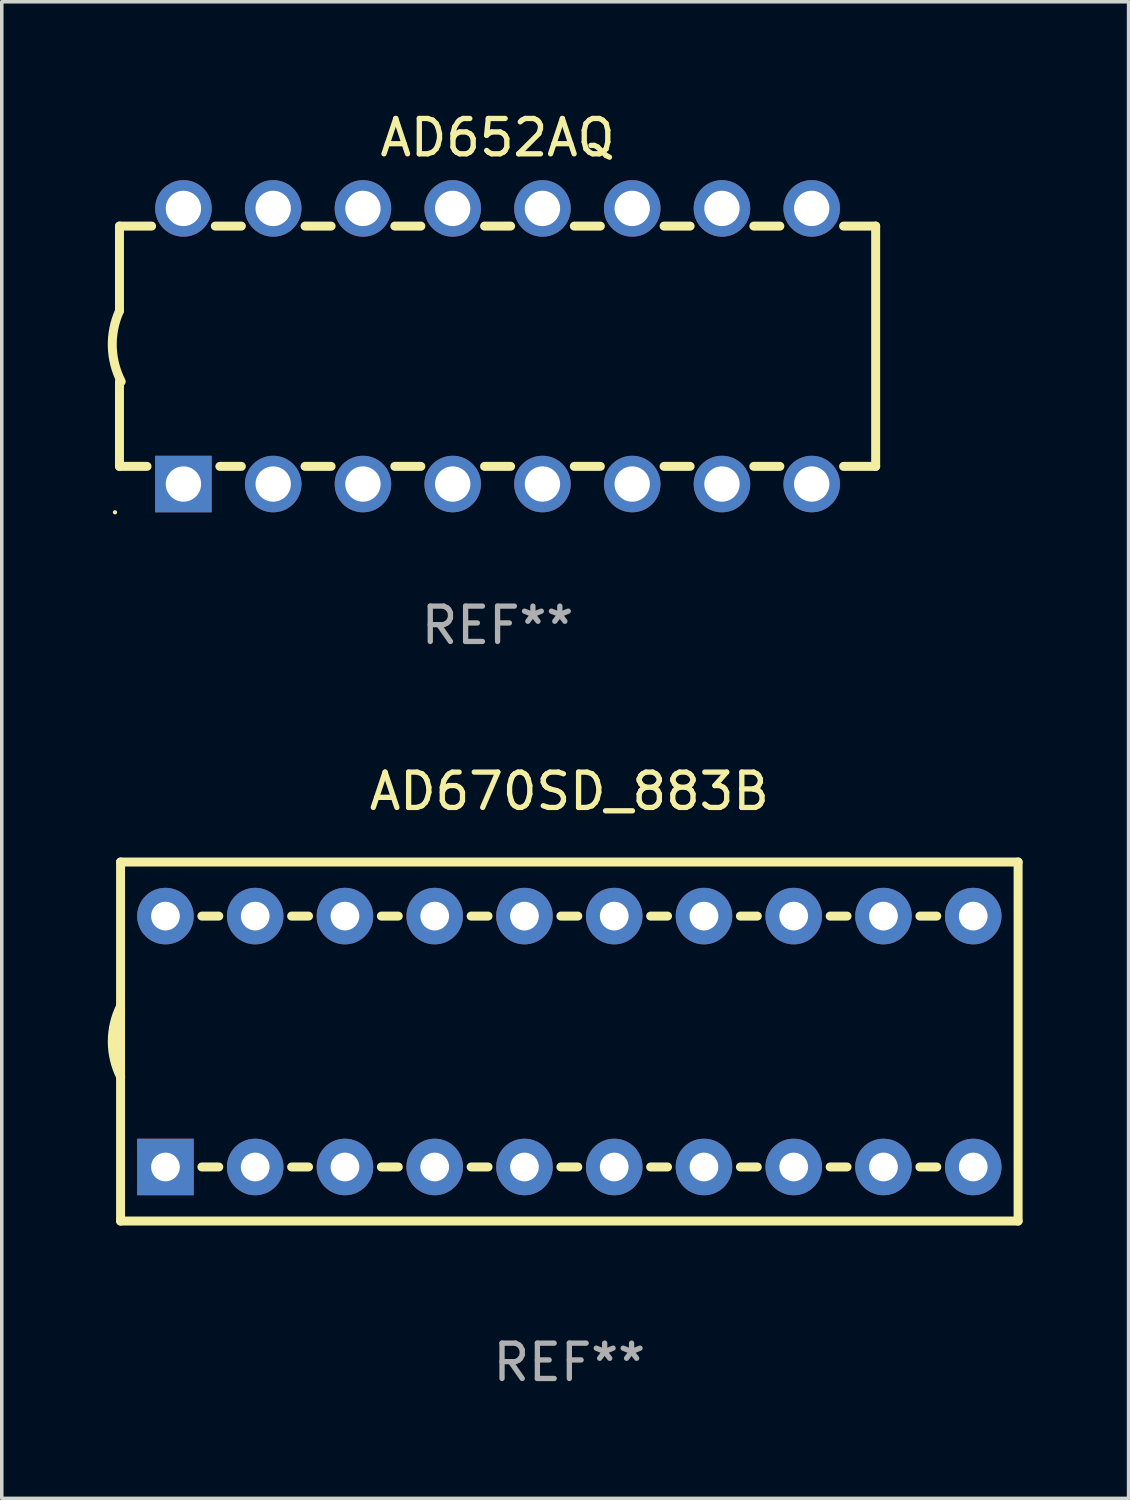
<source format=kicad_pcb>
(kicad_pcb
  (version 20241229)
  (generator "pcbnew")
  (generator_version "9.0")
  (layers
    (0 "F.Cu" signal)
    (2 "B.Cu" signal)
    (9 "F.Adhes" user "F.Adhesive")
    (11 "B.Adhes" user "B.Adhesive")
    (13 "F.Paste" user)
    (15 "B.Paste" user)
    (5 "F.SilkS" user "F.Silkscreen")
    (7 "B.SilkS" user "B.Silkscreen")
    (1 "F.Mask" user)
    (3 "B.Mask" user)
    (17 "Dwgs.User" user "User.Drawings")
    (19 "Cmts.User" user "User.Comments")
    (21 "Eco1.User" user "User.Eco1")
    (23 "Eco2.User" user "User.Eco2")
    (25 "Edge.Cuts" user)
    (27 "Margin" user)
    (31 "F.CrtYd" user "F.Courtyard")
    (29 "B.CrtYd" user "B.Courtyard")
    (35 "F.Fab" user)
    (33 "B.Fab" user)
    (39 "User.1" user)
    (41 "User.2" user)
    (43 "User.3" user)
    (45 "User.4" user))
  (footprint "AD670SD_883B"
    (layer "F.Cu")
    (at 13.062 26.425)
    (property "Reference" "AD670SD_883B" (at 0 -7.08 0) (layer "F.SilkS") (effects (font (size 1 1) (thickness 0.15))))
    (attr through_hole)
    (fp_line (start -12.7 -5.08) (end -12.7 5.08) (stroke (width 0.254) (type solid)) (layer "F.SilkS"))
    (fp_line (start -12.7 5.08) (end 12.7 5.08) (stroke (width 0.254) (type solid)) (layer "F.SilkS"))
    (fp_line (start -10.399 -3.55) (end -9.921 -3.55) (stroke (width 0.254) (type solid)) (layer "F.SilkS"))
    (fp_line (start -10.399 3.55) (end -9.921 3.55) (stroke (width 0.254) (type solid)) (layer "F.SilkS"))
    (fp_line (start -7.859 -3.55) (end -7.381 -3.55) (stroke (width 0.254) (type solid)) (layer "F.SilkS"))
    (fp_line (start -7.859 3.55) (end -7.381 3.55) (stroke (width 0.254) (type solid)) (layer "F.SilkS"))
    (fp_line (start -5.319 -3.55) (end -4.841 -3.55) (stroke (width 0.254) (type solid)) (layer "F.SilkS"))
    (fp_line (start -5.319 3.55) (end -4.841 3.55) (stroke (width 0.254) (type solid)) (layer "F.SilkS"))
    (fp_line (start -2.779 -3.55) (end -2.301 -3.55) (stroke (width 0.254) (type solid)) (layer "F.SilkS"))
    (fp_line (start -2.779 3.55) (end -2.301 3.55) (stroke (width 0.254) (type solid)) (layer "F.SilkS"))
    (fp_line (start -0.239 -3.55) (end 0.239 -3.55) (stroke (width 0.254) (type solid)) (layer "F.SilkS"))
    (fp_line (start -0.239 3.55) (end 0.239 3.55) (stroke (width 0.254) (type solid)) (layer "F.SilkS"))
    (fp_line (start 2.301 -3.55) (end 2.779 -3.55) (stroke (width 0.254) (type solid)) (layer "F.SilkS"))
    (fp_line (start 2.301 3.55) (end 2.779 3.55) (stroke (width 0.254) (type solid)) (layer "F.SilkS"))
    (fp_line (start 4.841 -3.55) (end 5.319 -3.55) (stroke (width 0.254) (type solid)) (layer "F.SilkS"))
    (fp_line (start 4.841 3.55) (end 5.319 3.55) (stroke (width 0.254) (type solid)) (layer "F.SilkS"))
    (fp_line (start 7.381 -3.55) (end 7.859 -3.55) (stroke (width 0.254) (type solid)) (layer "F.SilkS"))
    (fp_line (start 7.381 3.55) (end 7.859 3.55) (stroke (width 0.254) (type solid)) (layer "F.SilkS"))
    (fp_line (start 9.921 -3.55) (end 10.399 -3.55) (stroke (width 0.254) (type solid)) (layer "F.SilkS"))
    (fp_line (start 9.921 3.55) (end 10.399 3.55) (stroke (width 0.254) (type solid)) (layer "F.SilkS"))
    (fp_line (start 12.7 -5.08) (end -12.7 -5.08) (stroke (width 0.254) (type solid)) (layer "F.SilkS"))
    (fp_line (start 12.7 5.08) (end 12.7 -5.08) (stroke (width 0.254) (type solid)) (layer "F.SilkS"))
    (fp_arc (start -12.697638 0.999974) (mid -12.934513 0.000281) (end -12.700025 -0.999975) (stroke (width 0.254001) (type solid)) (layer "F.SilkS"))
    (fp_circle (center -12.7 5.08) (end -12.67 5.08) (stroke (width 0.06) (type solid)) (fill no) (layer "F.SilkS"))
    (fp_text user "REF**" (at 0 9.08 0) (layer "F.Fab") (effects (font (size 1 1) (thickness 0.15))))
    (pad "1" thru_hole rect (at -11.43 3.55) (size 1.6 1.6) (drill 0.813) (layers "*.Cu" "*.Mask"))
    (pad "2" thru_hole circle (at -8.89 3.55) (size 1.6 1.6) (drill 0.813) (layers "*.Cu" "*.Mask"))
    (pad "3" thru_hole circle (at -6.35 3.55) (size 1.6 1.6) (drill 0.813) (layers "*.Cu" "*.Mask"))
    (pad "4" thru_hole circle (at -3.81 3.55) (size 1.6 1.6) (drill 0.813) (layers "*.Cu" "*.Mask"))
    (pad "5" thru_hole circle (at -1.27 3.55) (size 1.6 1.6) (drill 0.813) (layers "*.Cu" "*.Mask"))
    (pad "6" thru_hole circle (at 1.27 3.55) (size 1.6 1.6) (drill 0.813) (layers "*.Cu" "*.Mask"))
    (pad "7" thru_hole circle (at 3.81 3.55) (size 1.6 1.6) (drill 0.813) (layers "*.Cu" "*.Mask"))
    (pad "8" thru_hole circle (at 6.35 3.55) (size 1.6 1.6) (drill 0.813) (layers "*.Cu" "*.Mask"))
    (pad "9" thru_hole circle (at 8.89 3.55) (size 1.6 1.6) (drill 0.813) (layers "*.Cu" "*.Mask"))
    (pad "10" thru_hole circle (at 11.43 3.55) (size 1.6 1.6) (drill 0.813) (layers "*.Cu" "*.Mask"))
    (pad "11" thru_hole circle (at 11.43 -3.55) (size 1.6 1.6) (drill 0.813) (layers "*.Cu" "*.Mask"))
    (pad "12" thru_hole circle (at 8.89 -3.55) (size 1.6 1.6) (drill 0.813) (layers "*.Cu" "*.Mask"))
    (pad "13" thru_hole circle (at 6.35 -3.55) (size 1.6 1.6) (drill 0.813) (layers "*.Cu" "*.Mask"))
    (pad "14" thru_hole circle (at 3.81 -3.55) (size 1.6 1.6) (drill 0.813) (layers "*.Cu" "*.Mask"))
    (pad "15" thru_hole circle (at 1.27 -3.55) (size 1.6 1.6) (drill 0.813) (layers "*.Cu" "*.Mask"))
    (pad "16" thru_hole circle (at -1.27 -3.55) (size 1.6 1.6) (drill 0.813) (layers "*.Cu" "*.Mask"))
    (pad "17" thru_hole circle (at -3.81 -3.55) (size 1.6 1.6) (drill 0.813) (layers "*.Cu" "*.Mask"))
    (pad "18" thru_hole circle (at -6.35 -3.55) (size 1.6 1.6) (drill 0.813) (layers "*.Cu" "*.Mask"))
    (pad "19" thru_hole circle (at -8.89 -3.55) (size 1.6 1.6) (drill 0.813) (layers "*.Cu" "*.Mask"))
    (pad "20" thru_hole circle (at -11.43 -3.55) (size 1.6 1.6) (drill 0.813) (layers "*.Cu" "*.Mask")))
  (footprint "AD652AQ"
    (layer "F.Cu")
    (at 11.031 6.748)
    (property "Reference" "AD652AQ" (at 0 -5.9 0) (layer "F.SilkS") (effects (font (size 1 1) (thickness 0.15))))
    (attr through_hole)
    (fp_line (start -10.7 -3.4) (end -9.791 -3.4) (stroke (width 0.254) (type solid)) (layer "F.SilkS"))
    (fp_line (start -10.7 -0.998) (end -10.7 -3.4) (stroke (width 0.254) (type solid)) (layer "F.SilkS"))
    (fp_line (start -10.7 3.4) (end -10.7 1) (stroke (width 0.254) (type solid)) (layer "F.SilkS"))
    (fp_line (start -10.7 3.4) (end -9.921 3.4) (stroke (width 0.254) (type solid)) (layer "F.SilkS"))
    (fp_line (start -7.988 -3.4) (end -7.251 -3.4) (stroke (width 0.254) (type solid)) (layer "F.SilkS"))
    (fp_line (start -7.859 3.4) (end -7.251 3.4) (stroke (width 0.254) (type solid)) (layer "F.SilkS"))
    (fp_line (start -5.448 -3.4) (end -4.711 -3.4) (stroke (width 0.254) (type solid)) (layer "F.SilkS"))
    (fp_line (start -5.448 3.4) (end -4.711 3.4) (stroke (width 0.254) (type solid)) (layer "F.SilkS"))
    (fp_line (start -2.908 -3.4) (end -2.171 -3.4) (stroke (width 0.254) (type solid)) (layer "F.SilkS"))
    (fp_line (start -2.908 3.4) (end -2.171 3.4) (stroke (width 0.254) (type solid)) (layer "F.SilkS"))
    (fp_line (start -0.368 -3.4) (end 0.369 -3.4) (stroke (width 0.254) (type solid)) (layer "F.SilkS"))
    (fp_line (start -0.368 3.4) (end 0.369 3.4) (stroke (width 0.254) (type solid)) (layer "F.SilkS"))
    (fp_line (start 2.172 -3.4) (end 2.909 -3.4) (stroke (width 0.254) (type solid)) (layer "F.SilkS"))
    (fp_line (start 2.172 3.4) (end 2.909 3.4) (stroke (width 0.254) (type solid)) (layer "F.SilkS"))
    (fp_line (start 4.712 -3.4) (end 5.449 -3.4) (stroke (width 0.254) (type solid)) (layer "F.SilkS"))
    (fp_line (start 4.712 3.4) (end 5.449 3.4) (stroke (width 0.254) (type solid)) (layer "F.SilkS"))
    (fp_line (start 7.252 -3.4) (end 7.989 -3.4) (stroke (width 0.254) (type solid)) (layer "F.SilkS"))
    (fp_line (start 7.252 3.4) (end 7.989 3.4) (stroke (width 0.254) (type solid)) (layer "F.SilkS"))
    (fp_line (start 9.792 -3.4) (end 10.7 -3.4) (stroke (width 0.254) (type solid)) (layer "F.SilkS"))
    (fp_line (start 9.792 3.4) (end 10.7 3.4) (stroke (width 0.254) (type solid)) (layer "F.SilkS"))
    (fp_line (start 10.7 3.4) (end 10.7 -3.4) (stroke (width 0.254) (type solid)) (layer "F.SilkS"))
    (fp_arc (start -10.649962 0.99995) (mid -10.90314 0.005668) (end -10.699975 -1.000025) (stroke (width 0.254001) (type solid)) (layer "F.SilkS"))
    (fp_circle (center -10.827 4.7) (end -10.797 4.7) (stroke (width 0.06) (type solid)) (fill no) (layer "F.SilkS"))
    (fp_text user "REF**" (at 0 7.9 0) (layer "F.Fab") (effects (font (size 1 1) (thickness 0.15))))
    (pad "1" thru_hole rect (at -8.89 3.9 90) (size 1.6 1.6) (drill 1) (layers "*.Cu" "*.Mask"))
    (pad "2" thru_hole circle (at -6.35 3.9) (size 1.6 1.6) (drill 1) (layers "*.Cu" "*.Mask"))
    (pad "3" thru_hole circle (at -3.81 3.9) (size 1.6 1.6) (drill 1) (layers "*.Cu" "*.Mask"))
    (pad "4" thru_hole circle (at -1.27 3.9) (size 1.6 1.6) (drill 1) (layers "*.Cu" "*.Mask"))
    (pad "5" thru_hole circle (at 1.27 3.9) (size 1.6 1.6) (drill 1) (layers "*.Cu" "*.Mask"))
    (pad "6" thru_hole circle (at 3.81 3.9) (size 1.6 1.6) (drill 1) (layers "*.Cu" "*.Mask"))
    (pad "7" thru_hole circle (at 6.35 3.9) (size 1.6 1.6) (drill 1) (layers "*.Cu" "*.Mask"))
    (pad "8" thru_hole circle (at 8.89 3.9) (size 1.6 1.6) (drill 1) (layers "*.Cu" "*.Mask"))
    (pad "9" thru_hole circle (at 8.89 -3.9) (size 1.6 1.6) (drill 1) (layers "*.Cu" "*.Mask"))
    (pad "10" thru_hole circle (at 6.35 -3.9) (size 1.6 1.6) (drill 1) (layers "*.Cu" "*.Mask"))
    (pad "11" thru_hole circle (at 3.81 -3.9) (size 1.6 1.6) (drill 1) (layers "*.Cu" "*.Mask"))
    (pad "12" thru_hole circle (at 1.27 -3.9) (size 1.6 1.6) (drill 1) (layers "*.Cu" "*.Mask"))
    (pad "13" thru_hole circle (at -1.27 -3.9) (size 1.6 1.6) (drill 1) (layers "*.Cu" "*.Mask"))
    (pad "14" thru_hole circle (at -3.81 -3.9) (size 1.6 1.6) (drill 1) (layers "*.Cu" "*.Mask"))
    (pad "15" thru_hole circle (at -6.35 -3.9) (size 1.6 1.6) (drill 1) (layers "*.Cu" "*.Mask"))
    (pad "16" thru_hole circle (at -8.89 -3.9) (size 1.6 1.6) (drill 1) (layers "*.Cu" "*.Mask")))
  (gr_rect
    (start -3 -3)
    (end 28.889 39.353)
    (stroke (width 0.1) (type default))
    (fill no)
    (layer "Edge.Cuts")))
</source>
